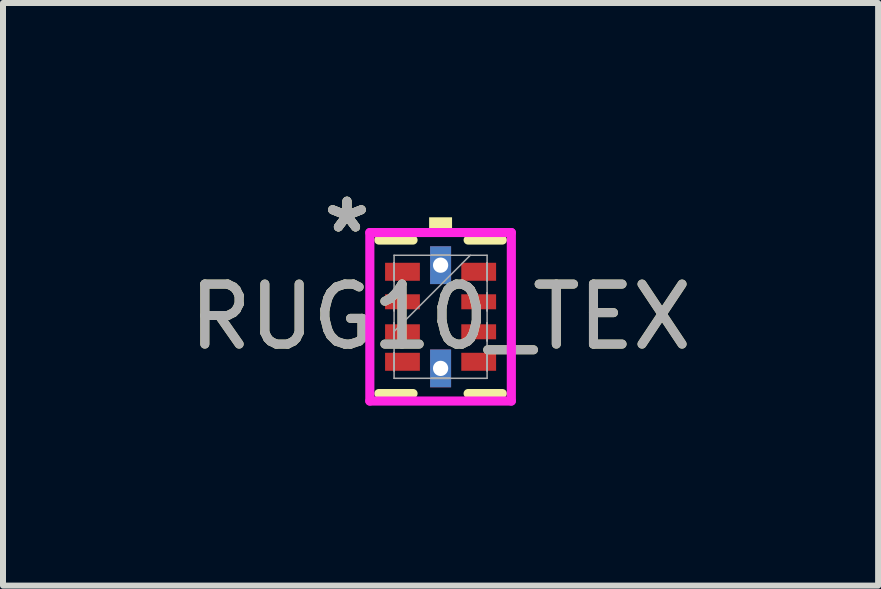
<source format=kicad_pcb>
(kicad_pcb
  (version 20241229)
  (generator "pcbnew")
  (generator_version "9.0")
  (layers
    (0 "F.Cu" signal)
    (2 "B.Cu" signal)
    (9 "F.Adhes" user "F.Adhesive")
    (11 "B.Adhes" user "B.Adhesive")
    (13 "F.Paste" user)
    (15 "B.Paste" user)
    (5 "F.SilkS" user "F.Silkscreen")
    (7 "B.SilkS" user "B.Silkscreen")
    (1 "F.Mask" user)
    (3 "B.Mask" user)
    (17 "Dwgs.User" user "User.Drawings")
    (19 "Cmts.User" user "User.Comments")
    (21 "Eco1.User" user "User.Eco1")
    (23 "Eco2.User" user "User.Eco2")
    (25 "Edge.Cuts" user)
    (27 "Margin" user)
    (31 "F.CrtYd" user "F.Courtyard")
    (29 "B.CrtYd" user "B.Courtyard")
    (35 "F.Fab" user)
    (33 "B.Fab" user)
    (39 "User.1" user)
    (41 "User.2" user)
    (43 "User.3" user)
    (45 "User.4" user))
  (footprint "RUG10_TEX"
    (layer "F.Cu")
    (at 4.292 2.229)
    (property "Reference" "RUG10_TEX" (at 0 0 0) (unlocked yes) (layer "F.SilkS") (effects (font (size 1 1) (thickness 0.15))))
    (attr smd)
    (fp_poly (pts (xy -0.975 -0.95) (xy -0.975 -0.55) (xy -0.295 -0.55) (xy -0.295 -0.95)) (stroke (width 0) (type solid)) (fill yes) (layer "F.Mask"))
    (fp_poly (pts (xy -0.975 -0.45) (xy -0.975 -0.05) (xy -0.295 -0.05) (xy -0.295 -0.45)) (stroke (width 0) (type solid)) (fill yes) (layer "F.Mask"))
    (fp_poly (pts (xy -0.975 0.05) (xy -0.975 0.45) (xy -0.295 0.45) (xy -0.295 0.05)) (stroke (width 0) (type solid)) (fill yes) (layer "F.Mask"))
    (fp_poly (pts (xy -0.975 0.55) (xy -0.975 0.95) (xy -0.295 0.95) (xy -0.295 0.55)) (stroke (width 0) (type solid)) (fill yes) (layer "F.Mask"))
    (fp_poly (pts (xy -0.2 -1.2) (xy -0.2 -0.52) (xy 0.2 -0.52) (xy 0.2 -1.2)) (stroke (width 0) (type solid)) (fill yes) (layer "F.Mask"))
    (fp_poly (pts (xy -0.2 0.52) (xy -0.2 1.2) (xy 0.2 1.2) (xy 0.2 0.52)) (stroke (width 0) (type solid)) (fill yes) (layer "F.Mask"))
    (fp_poly (pts (xy 0.295 -0.95) (xy 0.295 -0.55) (xy 0.975 -0.55) (xy 0.975 -0.95)) (stroke (width 0) (type solid)) (fill yes) (layer "F.Mask"))
    (fp_poly (pts (xy 0.295 -0.45) (xy 0.295 -0.05) (xy 0.975 -0.05) (xy 0.975 -0.45)) (stroke (width 0) (type solid)) (fill yes) (layer "F.Mask"))
    (fp_poly (pts (xy 0.295 0.05) (xy 0.295 0.45) (xy 0.975 0.45) (xy 0.975 0.05)) (stroke (width 0) (type solid)) (fill yes) (layer "F.Mask"))
    (fp_poly (pts (xy 0.295 0.55) (xy 0.295 0.95) (xy 0.975 0.95) (xy 0.975 0.55)) (stroke (width 0) (type solid)) (fill yes) (layer "F.Mask"))
    (fp_line (start -1.029 1.279) (end -0.459 1.279) (stroke (width 0.152) (type solid)) (layer "F.SilkS"))
    (fp_line (start -0.459 -1.279) (end -1.029 -1.279) (stroke (width 0.152) (type solid)) (layer "F.SilkS"))
    (fp_line (start 0.459 1.279) (end 1.029 1.279) (stroke (width 0.152) (type solid)) (layer "F.SilkS"))
    (fp_line (start 1.029 -1.279) (end 0.459 -1.279) (stroke (width 0.152) (type solid)) (layer "F.SilkS"))
    (fp_poly (pts (xy -0.191 -1.404) (xy -0.191 -1.658) (xy 0.191 -1.658) (xy 0.191 -1.404)) (stroke (width 0) (type solid)) (fill yes) (layer "F.SilkS"))
    (fp_poly (pts (xy -0.9 -0.875) (xy -0.9 -0.625) (xy -0.37 -0.625) (xy -0.37 -0.875)) (stroke (width 0) (type solid)) (fill yes) (layer "F.Paste"))
    (fp_poly (pts (xy -0.9 -0.375) (xy -0.9 -0.125) (xy -0.37 -0.125) (xy -0.37 -0.375)) (stroke (width 0) (type solid)) (fill yes) (layer "F.Paste"))
    (fp_poly (pts (xy -0.9 0.125) (xy -0.9 0.375) (xy -0.37 0.375) (xy -0.37 0.125)) (stroke (width 0) (type solid)) (fill yes) (layer "F.Paste"))
    (fp_poly (pts (xy -0.9 0.625) (xy -0.9 0.875) (xy -0.37 0.875) (xy -0.37 0.625)) (stroke (width 0) (type solid)) (fill yes) (layer "F.Paste"))
    (fp_poly (pts (xy -0.125 -1.125) (xy -0.125 -0.595) (xy 0.125 -0.595) (xy 0.125 -1.125)) (stroke (width 0) (type solid)) (fill yes) (layer "F.Paste"))
    (fp_poly (pts (xy -0.125 0.595) (xy -0.125 1.125) (xy 0.125 1.125) (xy 0.125 0.595)) (stroke (width 0) (type solid)) (fill yes) (layer "F.Paste"))
    (fp_poly (pts (xy 0.37 -0.875) (xy 0.37 -0.625) (xy 0.9 -0.625) (xy 0.9 -0.875)) (stroke (width 0) (type solid)) (fill yes) (layer "F.Paste"))
    (fp_poly (pts (xy 0.37 -0.375) (xy 0.37 -0.125) (xy 0.9 -0.125) (xy 0.9 -0.375)) (stroke (width 0) (type solid)) (fill yes) (layer "F.Paste"))
    (fp_poly (pts (xy 0.37 0.125) (xy 0.37 0.375) (xy 0.9 0.375) (xy 0.9 0.125)) (stroke (width 0) (type solid)) (fill yes) (layer "F.Paste"))
    (fp_poly (pts (xy 0.37 0.625) (xy 0.37 0.875) (xy 0.9 0.875) (xy 0.9 0.625)) (stroke (width 0) (type solid)) (fill yes) (layer "F.Paste"))
    (fp_line (start -1.179 -1.404) (end 1.179 -1.404) (stroke (width 0.152) (type solid)) (layer "F.CrtYd"))
    (fp_line (start -1.179 1.404) (end -1.179 -1.404) (stroke (width 0.152) (type solid)) (layer "F.CrtYd"))
    (fp_line (start 1.179 -1.404) (end 1.179 1.404) (stroke (width 0.152) (type solid)) (layer "F.CrtYd"))
    (fp_line (start 1.179 1.404) (end -1.179 1.404) (stroke (width 0.152) (type solid)) (layer "F.CrtYd"))
    (fp_line (start -0.775 -1.025) (end -0.775 1.025) (stroke (width 0.025) (type solid)) (layer "F.Fab"))
    (fp_line (start -0.775 -0.9) (end -0.775 -0.9) (stroke (width 0.025) (type solid)) (layer "F.Fab"))
    (fp_line (start -0.775 -0.9) (end -0.775 -0.6) (stroke (width 0.025) (type solid)) (layer "F.Fab"))
    (fp_line (start -0.775 -0.6) (end -0.775 -0.9) (stroke (width 0.025) (type solid)) (layer "F.Fab"))
    (fp_line (start -0.775 -0.6) (end -0.775 -0.6) (stroke (width 0.025) (type solid)) (layer "F.Fab"))
    (fp_line (start -0.775 -0.4) (end -0.775 -0.4) (stroke (width 0.025) (type solid)) (layer "F.Fab"))
    (fp_line (start -0.775 -0.4) (end -0.775 -0.1) (stroke (width 0.025) (type solid)) (layer "F.Fab"))
    (fp_line (start -0.775 -0.1) (end -0.775 -0.4) (stroke (width 0.025) (type solid)) (layer "F.Fab"))
    (fp_line (start -0.775 -0.1) (end -0.775 -0.1) (stroke (width 0.025) (type solid)) (layer "F.Fab"))
    (fp_line (start -0.775 0.1) (end -0.775 0.1) (stroke (width 0.025) (type solid)) (layer "F.Fab"))
    (fp_line (start -0.775 0.1) (end -0.775 0.4) (stroke (width 0.025) (type solid)) (layer "F.Fab"))
    (fp_line (start -0.775 0.245) (end 0.495 -1.025) (stroke (width 0.025) (type solid)) (layer "F.Fab"))
    (fp_line (start -0.775 0.4) (end -0.775 0.1) (stroke (width 0.025) (type solid)) (layer "F.Fab"))
    (fp_line (start -0.775 0.4) (end -0.775 0.4) (stroke (width 0.025) (type solid)) (layer "F.Fab"))
    (fp_line (start -0.775 0.6) (end -0.775 0.6) (stroke (width 0.025) (type solid)) (layer "F.Fab"))
    (fp_line (start -0.775 0.6) (end -0.775 0.9) (stroke (width 0.025) (type solid)) (layer "F.Fab"))
    (fp_line (start -0.775 0.9) (end -0.775 0.6) (stroke (width 0.025) (type solid)) (layer "F.Fab"))
    (fp_line (start -0.775 0.9) (end -0.775 0.9) (stroke (width 0.025) (type solid)) (layer "F.Fab"))
    (fp_line (start -0.775 1.025) (end 0.775 1.025) (stroke (width 0.025) (type solid)) (layer "F.Fab"))
    (fp_line (start -0.15 -1.025) (end -0.15 -1.025) (stroke (width 0.025) (type solid)) (layer "F.Fab"))
    (fp_line (start -0.15 -1.025) (end 0.15 -1.025) (stroke (width 0.025) (type solid)) (layer "F.Fab"))
    (fp_line (start -0.15 1.025) (end -0.15 1.025) (stroke (width 0.025) (type solid)) (layer "F.Fab"))
    (fp_line (start -0.15 1.025) (end 0.15 1.025) (stroke (width 0.025) (type solid)) (layer "F.Fab"))
    (fp_line (start 0.15 -1.025) (end -0.15 -1.025) (stroke (width 0.025) (type solid)) (layer "F.Fab"))
    (fp_line (start 0.15 -1.025) (end 0.15 -1.025) (stroke (width 0.025) (type solid)) (layer "F.Fab"))
    (fp_line (start 0.15 1.025) (end -0.15 1.025) (stroke (width 0.025) (type solid)) (layer "F.Fab"))
    (fp_line (start 0.15 1.025) (end 0.15 1.025) (stroke (width 0.025) (type solid)) (layer "F.Fab"))
    (fp_line (start 0.775 -1.025) (end -0.775 -1.025) (stroke (width 0.025) (type solid)) (layer "F.Fab"))
    (fp_line (start 0.775 -0.9) (end 0.775 -0.9) (stroke (width 0.025) (type solid)) (layer "F.Fab"))
    (fp_line (start 0.775 -0.9) (end 0.775 -0.6) (stroke (width 0.025) (type solid)) (layer "F.Fab"))
    (fp_line (start 0.775 -0.6) (end 0.775 -0.9) (stroke (width 0.025) (type solid)) (layer "F.Fab"))
    (fp_line (start 0.775 -0.6) (end 0.775 -0.6) (stroke (width 0.025) (type solid)) (layer "F.Fab"))
    (fp_line (start 0.775 -0.4) (end 0.775 -0.4) (stroke (width 0.025) (type solid)) (layer "F.Fab"))
    (fp_line (start 0.775 -0.4) (end 0.775 -0.1) (stroke (width 0.025) (type solid)) (layer "F.Fab"))
    (fp_line (start 0.775 -0.1) (end 0.775 -0.4) (stroke (width 0.025) (type solid)) (layer "F.Fab"))
    (fp_line (start 0.775 -0.1) (end 0.775 -0.1) (stroke (width 0.025) (type solid)) (layer "F.Fab"))
    (fp_line (start 0.775 0.1) (end 0.775 0.1) (stroke (width 0.025) (type solid)) (layer "F.Fab"))
    (fp_line (start 0.775 0.1) (end 0.775 0.4) (stroke (width 0.025) (type solid)) (layer "F.Fab"))
    (fp_line (start 0.775 0.4) (end 0.775 0.1) (stroke (width 0.025) (type solid)) (layer "F.Fab"))
    (fp_line (start 0.775 0.4) (end 0.775 0.4) (stroke (width 0.025) (type solid)) (layer "F.Fab"))
    (fp_line (start 0.775 0.6) (end 0.775 0.6) (stroke (width 0.025) (type solid)) (layer "F.Fab"))
    (fp_line (start 0.775 0.6) (end 0.775 0.9) (stroke (width 0.025) (type solid)) (layer "F.Fab"))
    (fp_line (start 0.775 0.9) (end 0.775 0.6) (stroke (width 0.025) (type solid)) (layer "F.Fab"))
    (fp_line (start 0.775 0.9) (end 0.775 0.9) (stroke (width 0.025) (type solid)) (layer "F.Fab"))
    (fp_line (start 0.775 1.025) (end 0.775 -1.025) (stroke (width 0.025) (type solid)) (layer "F.Fab"))
    (fp_text user "*" (at -1.56 -1.381 0) (unlocked yes) (layer "F.SilkS") (effects (font (size 1 1) (thickness 0.15))))
    (fp_text user "*" (at -1.56 -1.381 0) (layer "F.SilkS") (effects (font (size 1 1) (thickness 0.15))))
    (fp_text user "*" (at -1.56 -1.381 0) (layer "F.Fab") (effects (font (size 1 1) (thickness 0.15))))
    (fp_text user "*" (at -1.56 -1.381 0) (unlocked yes) (layer "F.Fab") (effects (font (size 1 1) (thickness 0.15))))
    (fp_text user "${REFERENCE}" (at 0 0 0) (unlocked yes) (layer "F.Fab") (effects (font (size 1 1) (thickness 0.15))))
    (pad "1" smd rect (at -0.635 -0.75 90) (size 0.3 0.58) (layers "F.Cu" "F.Mask"))
    (pad "2" smd rect (at -0.635 -0.25 90) (size 0.25 0.58) (layers "F.Cu" "F.Mask" "F.Paste"))
    (pad "3" smd rect (at -0.635 0.25 90) (size 0.25 0.58) (layers "F.Cu" "F.Mask" "F.Paste"))
    (pad "4" smd rect (at -0.635 0.75 90) (size 0.3 0.58) (layers "F.Cu" "F.Mask"))
    (pad "5" thru_hole rect (at 0 0.86) (size 0.35 0.63) (drill 0.254) (layers "*.Cu" "*.Mask"))
    (pad "6" smd rect (at 0.635 0.75 90) (size 0.3 0.58) (layers "F.Cu" "F.Mask"))
    (pad "7" smd rect (at 0.635 0.25 90) (size 0.25 0.58) (layers "F.Cu" "F.Mask" "F.Paste"))
    (pad "8" smd rect (at 0.635 -0.25 90) (size 0.25 0.58) (layers "F.Cu" "F.Mask" "F.Paste"))
    (pad "9" smd rect (at 0.635 -0.75 90) (size 0.3 0.58) (layers "F.Cu" "F.Mask"))
    (pad "10" thru_hole rect (at 0 -0.86) (size 0.35 0.63) (drill 0.254) (layers "*.Cu" "*.Mask")))
  (gr_rect
    (start -3 -3)
    (end 11.583 6.709)
    (stroke (width 0.1) (type default))
    (fill no)
    (layer "Edge.Cuts")))
</source>
